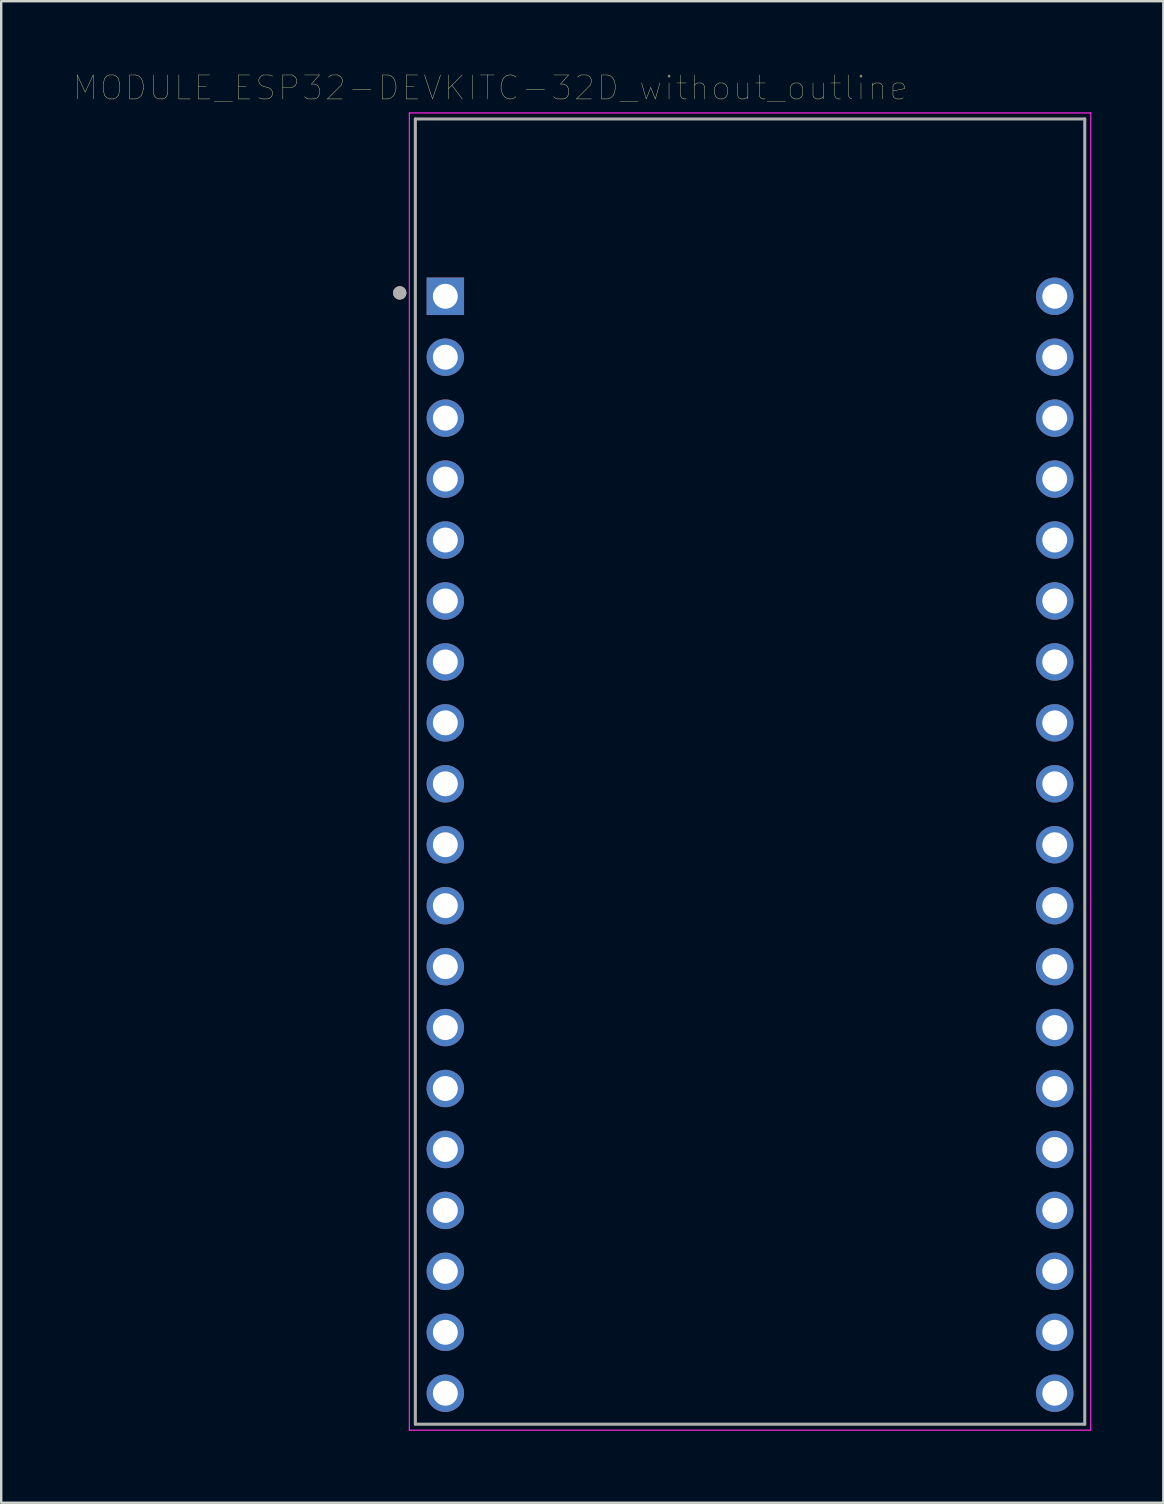
<source format=kicad_pcb>
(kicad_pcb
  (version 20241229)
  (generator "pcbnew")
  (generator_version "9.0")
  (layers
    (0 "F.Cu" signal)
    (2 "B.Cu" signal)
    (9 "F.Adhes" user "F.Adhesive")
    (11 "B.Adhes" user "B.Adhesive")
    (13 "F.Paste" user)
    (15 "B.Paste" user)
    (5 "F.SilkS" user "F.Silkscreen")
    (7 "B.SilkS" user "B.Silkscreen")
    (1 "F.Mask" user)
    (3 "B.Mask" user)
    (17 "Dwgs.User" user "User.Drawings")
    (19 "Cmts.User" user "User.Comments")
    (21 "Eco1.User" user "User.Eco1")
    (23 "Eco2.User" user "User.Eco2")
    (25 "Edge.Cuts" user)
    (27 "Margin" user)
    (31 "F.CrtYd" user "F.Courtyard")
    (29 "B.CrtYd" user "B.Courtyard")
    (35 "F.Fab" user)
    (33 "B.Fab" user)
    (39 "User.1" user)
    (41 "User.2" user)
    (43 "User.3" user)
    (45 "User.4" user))
  (footprint "MODULE_ESP32-DEVKITC-32D_without_outline"
    (layer "F.Cu")
    (at 28.211 29.058)
    (property "Reference" "MODULE_ESP32-DEVKITC-32D_without_outline" (at -10.829 -28.446 0) (layer "F.SilkS") (effects (font (size 1 1) (thickness 0.015))))
    (attr through_hole)
    (fp_line (start -14.2 -27.4) (end 14.2 -27.4) (stroke (width 0.05) (type solid)) (layer "F.CrtYd"))
    (fp_line (start -14.2 27.5) (end -14.2 -27.4) (stroke (width 0.05) (type solid)) (layer "F.CrtYd"))
    (fp_line (start 14.2 -27.4) (end 14.2 27.5) (stroke (width 0.05) (type solid)) (layer "F.CrtYd"))
    (fp_line (start 14.2 27.5) (end -14.2 27.5) (stroke (width 0.05) (type solid)) (layer "F.CrtYd"))
    (fp_line (start -13.95 -27.15) (end 13.95 -27.15) (stroke (width 0.127) (type solid)) (layer "F.Fab"))
    (fp_line (start -13.95 27.25) (end -13.95 -27.15) (stroke (width 0.127) (type solid)) (layer "F.Fab"))
    (fp_line (start 13.95 -27.15) (end 13.95 27.25) (stroke (width 0.127) (type solid)) (layer "F.Fab"))
    (fp_line (start 13.95 27.25) (end -13.95 27.25) (stroke (width 0.127) (type solid)) (layer "F.Fab"))
    (fp_circle (center -14.6 -19.9) (end -14.46 -19.9) (stroke (width 0.28) (type solid)) (fill no) (layer "F.Fab"))
    (fp_circle (center -14.6 -19.9) (end -14.46 -19.9) (stroke (width 0.28) (type solid)) (fill no) (layer "F.Fab"))
    (pad "1" thru_hole rect (at -12.7 -19.76) (size 1.56 1.56) (drill 1.04) (layers "*.Cu" "*.Mask"))
    (pad "2" thru_hole circle (at -12.7 -17.22) (size 1.56 1.56) (drill 1.04) (layers "*.Cu" "*.Mask"))
    (pad "3" thru_hole circle (at -12.7 -14.68) (size 1.56 1.56) (drill 1.04) (layers "*.Cu" "*.Mask"))
    (pad "4" thru_hole circle (at -12.7 -12.14) (size 1.56 1.56) (drill 1.04) (layers "*.Cu" "*.Mask"))
    (pad "5" thru_hole circle (at -12.7 -9.6) (size 1.56 1.56) (drill 1.04) (layers "*.Cu" "*.Mask"))
    (pad "6" thru_hole circle (at -12.7 -7.06) (size 1.56 1.56) (drill 1.04) (layers "*.Cu" "*.Mask"))
    (pad "7" thru_hole circle (at -12.7 -4.52) (size 1.56 1.56) (drill 1.04) (layers "*.Cu" "*.Mask"))
    (pad "8" thru_hole circle (at -12.7 -1.98) (size 1.56 1.56) (drill 1.04) (layers "*.Cu" "*.Mask"))
    (pad "9" thru_hole circle (at -12.7 0.56) (size 1.56 1.56) (drill 1.04) (layers "*.Cu" "*.Mask"))
    (pad "10" thru_hole circle (at -12.7 3.1) (size 1.56 1.56) (drill 1.04) (layers "*.Cu" "*.Mask"))
    (pad "11" thru_hole circle (at -12.7 5.64) (size 1.56 1.56) (drill 1.04) (layers "*.Cu" "*.Mask"))
    (pad "12" thru_hole circle (at -12.7 8.18) (size 1.56 1.56) (drill 1.04) (layers "*.Cu" "*.Mask"))
    (pad "13" thru_hole circle (at -12.7 10.72) (size 1.56 1.56) (drill 1.04) (layers "*.Cu" "*.Mask"))
    (pad "14" thru_hole circle (at -12.7 13.26) (size 1.56 1.56) (drill 1.04) (layers "*.Cu" "*.Mask"))
    (pad "15" thru_hole circle (at -12.7 15.8) (size 1.56 1.56) (drill 1.04) (layers "*.Cu" "*.Mask"))
    (pad "16" thru_hole circle (at -12.7 18.34) (size 1.56 1.56) (drill 1.04) (layers "*.Cu" "*.Mask"))
    (pad "17" thru_hole circle (at -12.7 20.88) (size 1.56 1.56) (drill 1.04) (layers "*.Cu" "*.Mask"))
    (pad "18" thru_hole circle (at -12.7 23.42) (size 1.56 1.56) (drill 1.04) (layers "*.Cu" "*.Mask"))
    (pad "19" thru_hole circle (at -12.7 25.96) (size 1.56 1.56) (drill 1.04) (layers "*.Cu" "*.Mask"))
    (pad "20" thru_hole circle (at 12.7 -19.76) (size 1.56 1.56) (drill 1.04) (layers "*.Cu" "*.Mask"))
    (pad "21" thru_hole circle (at 12.7 -17.22) (size 1.56 1.56) (drill 1.04) (layers "*.Cu" "*.Mask"))
    (pad "22" thru_hole circle (at 12.7 -14.68) (size 1.56 1.56) (drill 1.04) (layers "*.Cu" "*.Mask"))
    (pad "23" thru_hole circle (at 12.7 -12.14) (size 1.56 1.56) (drill 1.04) (layers "*.Cu" "*.Mask"))
    (pad "24" thru_hole circle (at 12.7 -9.6) (size 1.56 1.56) (drill 1.04) (layers "*.Cu" "*.Mask"))
    (pad "25" thru_hole circle (at 12.7 -7.06) (size 1.56 1.56) (drill 1.04) (layers "*.Cu" "*.Mask"))
    (pad "26" thru_hole circle (at 12.7 -4.52) (size 1.56 1.56) (drill 1.04) (layers "*.Cu" "*.Mask"))
    (pad "27" thru_hole circle (at 12.7 -1.98) (size 1.56 1.56) (drill 1.04) (layers "*.Cu" "*.Mask"))
    (pad "28" thru_hole circle (at 12.7 0.56) (size 1.56 1.56) (drill 1.04) (layers "*.Cu" "*.Mask"))
    (pad "29" thru_hole circle (at 12.7 3.1) (size 1.56 1.56) (drill 1.04) (layers "*.Cu" "*.Mask"))
    (pad "30" thru_hole circle (at 12.7 5.64) (size 1.56 1.56) (drill 1.04) (layers "*.Cu" "*.Mask"))
    (pad "31" thru_hole circle (at 12.7 8.18) (size 1.56 1.56) (drill 1.04) (layers "*.Cu" "*.Mask"))
    (pad "32" thru_hole circle (at 12.7 10.72) (size 1.56 1.56) (drill 1.04) (layers "*.Cu" "*.Mask"))
    (pad "33" thru_hole circle (at 12.7 13.26) (size 1.56 1.56) (drill 1.04) (layers "*.Cu" "*.Mask"))
    (pad "34" thru_hole circle (at 12.7 15.8) (size 1.56 1.56) (drill 1.04) (layers "*.Cu" "*.Mask"))
    (pad "35" thru_hole circle (at 12.7 18.34) (size 1.56 1.56) (drill 1.04) (layers "*.Cu" "*.Mask"))
    (pad "36" thru_hole circle (at 12.7 20.88) (size 1.56 1.56) (drill 1.04) (layers "*.Cu" "*.Mask"))
    (pad "37" thru_hole circle (at 12.7 23.42) (size 1.56 1.56) (drill 1.04) (layers "*.Cu" "*.Mask"))
    (pad "38" thru_hole circle (at 12.7 25.96) (size 1.56 1.56) (drill 1.04) (layers "*.Cu" "*.Mask")))
  (gr_rect
    (start -3 -3)
    (end 45.436 59.583)
    (stroke (width 0.1) (type default))
    (fill no)
    (layer "Edge.Cuts")))
</source>
